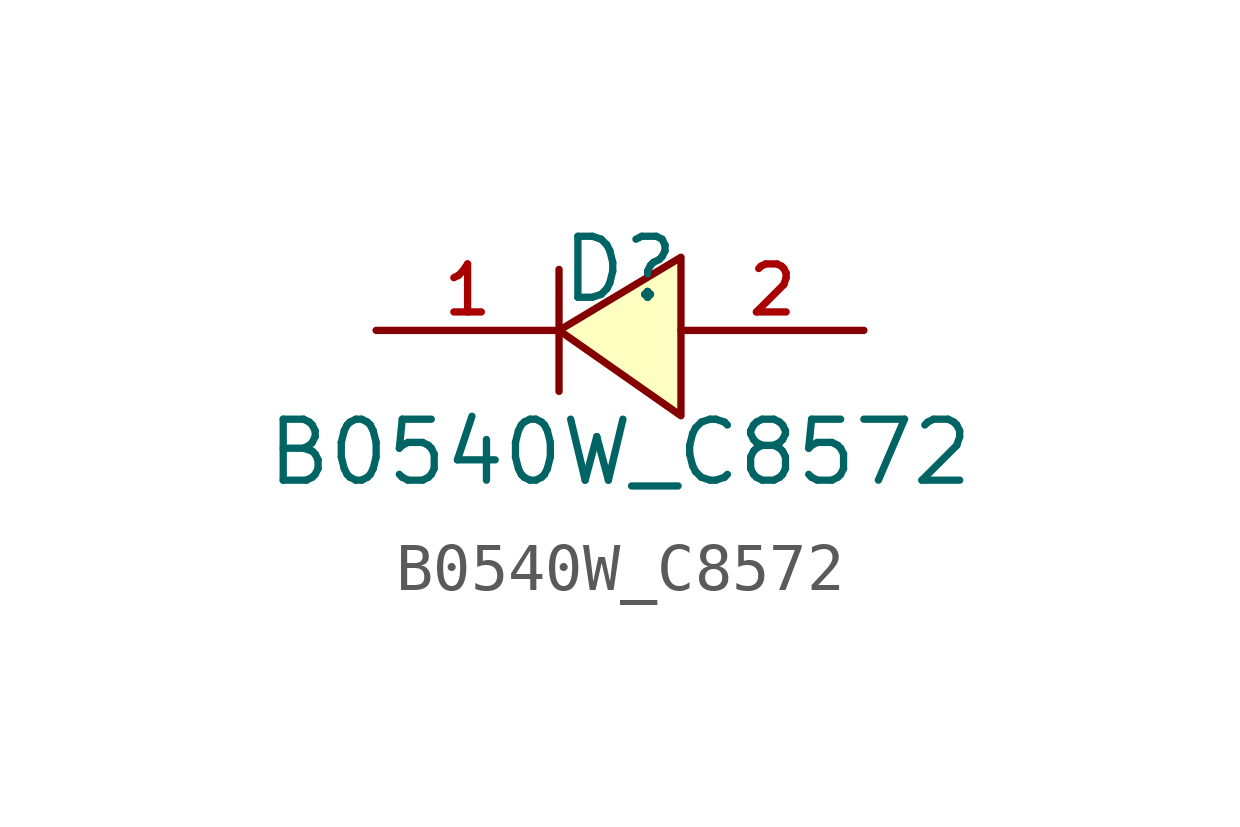
<source format=kicad_sym>
(kicad_symbol_lib
  (version 20210201)
  (generator TousstNicolas/JLC2KiCad_lib)
  (symbol "B0540W_C8572"
    (pin_names hide)
    (property "Reference" "D"
      (at 0 1.27 0)
      (effects (font (size 1.27 1.27))))
    (property "Value" "B0540W_C8572"
      (at 0 -2.54 0)
      (effects (font (size 1.27 1.27))))
    (symbol "B0540W_C8572_0_1"
      (polyline (pts (xy -1.27 1.27) (xy -1.27 -1.27)) (stroke (width 0) (type default) (color 0 0 0 0)) (fill (type none)))
      (polyline (pts (xy 1.27 1.524) (xy -1.27 -0.0) (xy 1.27 -1.778) (xy 1.27 1.524)) (stroke (width 0) (type default) (color 0 0 0 0)) (fill (type background)))
      (pin unspecified line (at 5.08 -0.0 180) (length 3.81) (name "A" (effects (font (size 1 1)))) (number "2" (effects (font (size 1 1)))))
      (pin unspecified line (at -5.08 -0.0 0) (length 3.81) (name "C" (effects (font (size 1 1)))) (number "1" (effects (font (size 1 1))))))))
</source>
